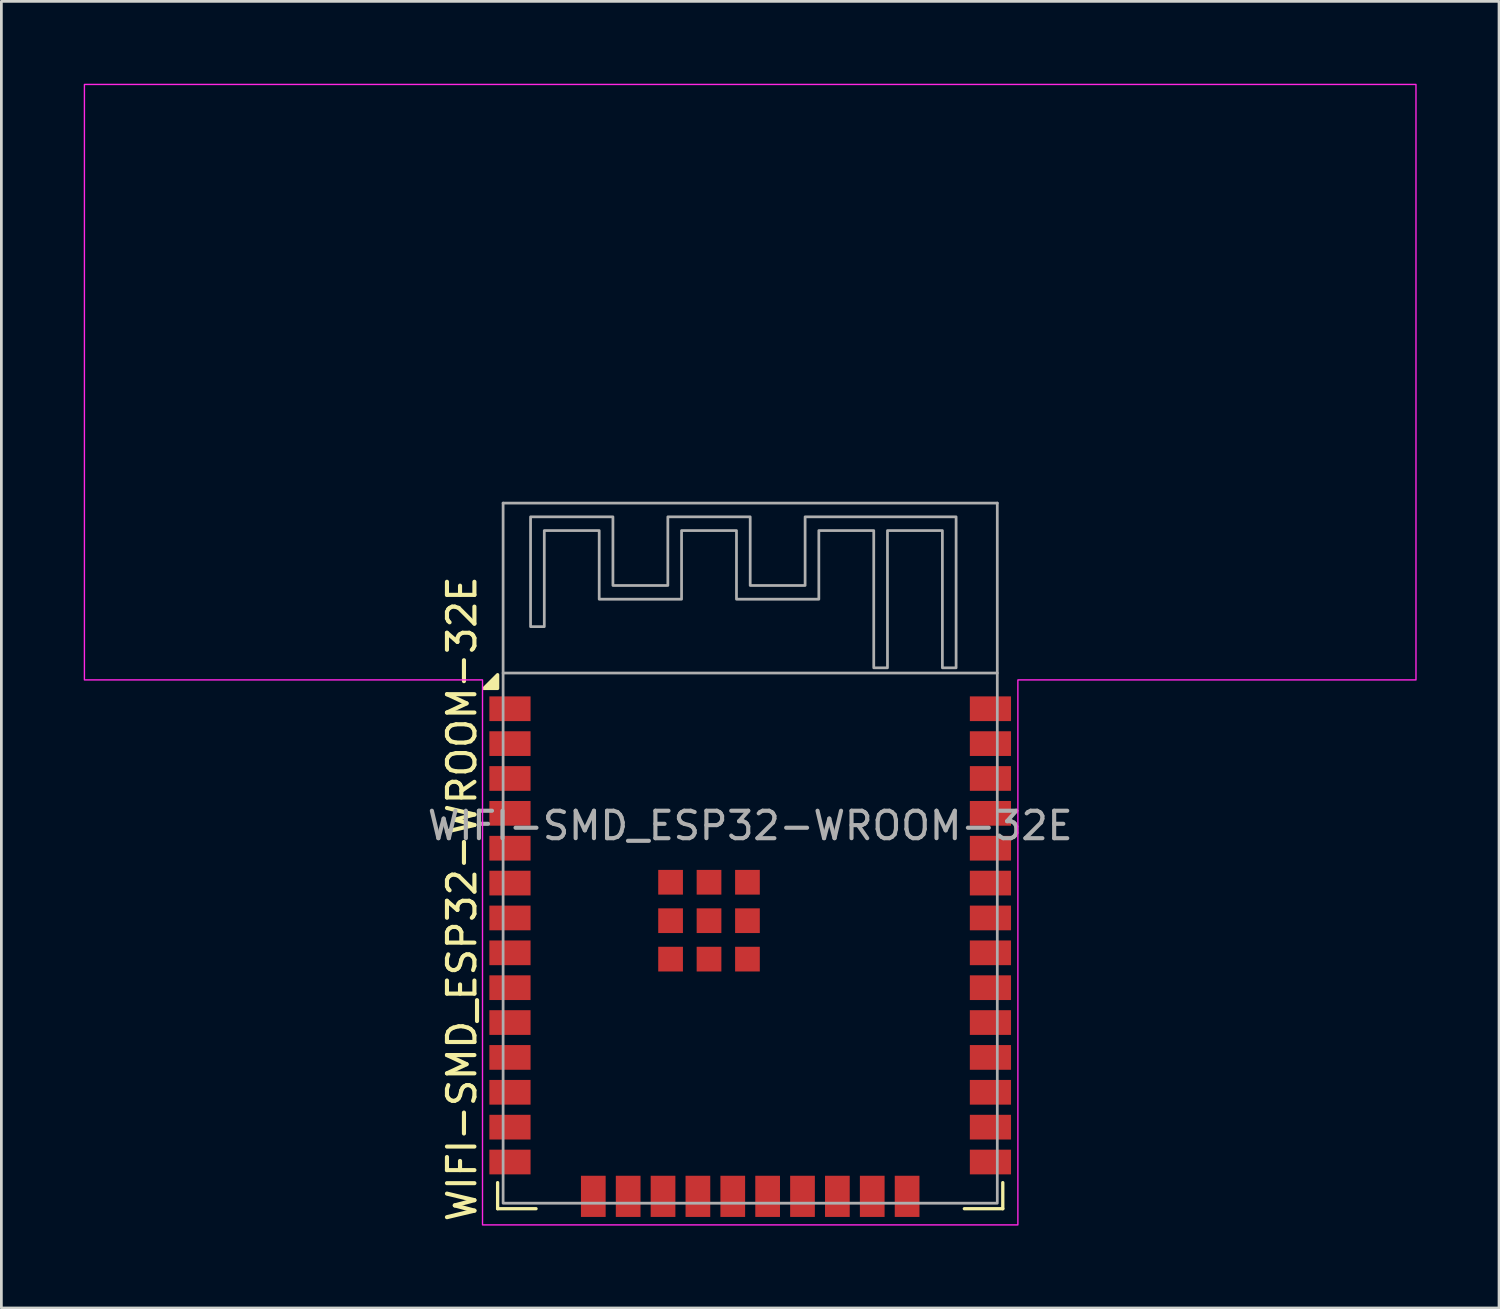
<source format=kicad_pcb>
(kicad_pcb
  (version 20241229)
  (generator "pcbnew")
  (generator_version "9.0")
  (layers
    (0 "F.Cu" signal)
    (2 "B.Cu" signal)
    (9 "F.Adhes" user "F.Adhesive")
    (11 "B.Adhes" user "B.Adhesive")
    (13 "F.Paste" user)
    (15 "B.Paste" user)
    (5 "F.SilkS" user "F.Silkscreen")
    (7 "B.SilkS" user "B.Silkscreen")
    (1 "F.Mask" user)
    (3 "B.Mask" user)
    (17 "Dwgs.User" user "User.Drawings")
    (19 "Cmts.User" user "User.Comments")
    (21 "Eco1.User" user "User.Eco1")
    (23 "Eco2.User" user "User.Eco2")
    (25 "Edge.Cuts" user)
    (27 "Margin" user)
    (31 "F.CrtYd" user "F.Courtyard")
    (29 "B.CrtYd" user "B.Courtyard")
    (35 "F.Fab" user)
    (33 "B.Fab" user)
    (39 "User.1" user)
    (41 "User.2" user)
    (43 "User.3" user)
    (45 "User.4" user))
  (footprint "WIFI-SMD_ESP32-WROOM-32E"
    (layer "F.Cu")
    (at 24.275 28.025)
    (property "Reference" "WIFI-SMD_ESP32-WROOM-32E" (at -10.5 13.5 90) (layer "F.SilkS") (effects (font (size 1 1) (thickness 0.15)) (justify left)))
    (attr smd)
    (fp_line (start -9.2 12.95) (end -9.2 12) (stroke (width 0.12) (type solid)) (layer "F.SilkS"))
    (fp_line (start -7.8 12.95) (end -9.2 12.95) (stroke (width 0.12) (type solid)) (layer "F.SilkS"))
    (fp_line (start 7.8 12.95) (end 9.2 12.95) (stroke (width 0.12) (type solid)) (layer "F.SilkS"))
    (fp_line (start 9.2 12.95) (end 9.2 12) (stroke (width 0.12) (type solid)) (layer "F.SilkS"))
    (fp_poly (pts (xy -9.2 -6) (xy -9.7 -6) (xy -9.2 -6.5) (xy -9.2 -6)) (stroke (width 0.12) (type solid)) (fill yes) (layer "F.SilkS"))
    (fp_poly (pts (xy -24.25 -28) (xy 24.25 -28) (xy 24.25 -6.31) (xy 9.75 -6.31) (xy 9.75 13.54) (xy -9.75 13.54) (xy -9.75 -6.31) (xy -24.25 -6.31)) (stroke (width 0.05) (type solid)) (fill no) (layer "F.CrtYd"))
    (fp_line (start -9 -12.75) (end 9 -12.75) (stroke (width 0.1) (type solid)) (layer "F.Fab"))
    (fp_line (start -9 -6.56) (end -9 -12.75) (stroke (width 0.1) (type solid)) (layer "F.Fab"))
    (fp_line (start 9 -12.75) (end 9 -6.56) (stroke (width 0.1) (type solid)) (layer "F.Fab"))
    (fp_rect (start -9 -6.56) (end 9 12.75) (stroke (width 0.1) (type solid)) (fill no) (layer "F.Fab"))
    (fp_poly (pts (xy -5 -9.75) (xy -3 -9.75) (xy -3 -12.25) (xy 0 -12.25) (xy 0 -9.75) (xy 2 -9.75) (xy 2 -12.25) (xy 7.5 -12.25) (xy 7.5 -6.75) (xy 7 -6.75) (xy 7 -11.75) (xy 5 -11.75) (xy 5 -6.75) (xy 4.5 -6.75) (xy 4.5 -11.75) (xy 2.5 -11.75) (xy 2.5 -9.25) (xy -0.5 -9.25) (xy -0.5 -11.75) (xy -2.5 -11.75) (xy -2.5 -9.25) (xy -5.5 -9.25) (xy -5.5 -11.75) (xy -7.5 -11.75) (xy -7.5 -8.25) (xy -8 -8.25) (xy -8 -12.25) (xy -5 -12.25)) (stroke (width 0.1) (type solid)) (fill no) (layer "F.Fab"))
    (fp_text user "${REFERENCE}" (at 0 -1 0) (layer "F.Fab") (effects (font (size 1 1) (thickness 0.15))))
    (pad "1" smd rect (at -8.75 -5.26) (size 1.5 0.9) (layers "F.Cu" "F.Mask" "F.Paste"))
    (pad "2" smd rect (at -8.75 -3.99) (size 1.5 0.9) (layers "F.Cu" "F.Mask" "F.Paste"))
    (pad "3" smd rect (at -8.75 -2.72) (size 1.5 0.9) (layers "F.Cu" "F.Mask" "F.Paste"))
    (pad "4" smd rect (at -8.75 -1.45) (size 1.5 0.9) (layers "F.Cu" "F.Mask" "F.Paste"))
    (pad "5" smd rect (at -8.75 -0.18) (size 1.5 0.9) (layers "F.Cu" "F.Mask" "F.Paste"))
    (pad "6" smd rect (at -8.75 1.09) (size 1.5 0.9) (layers "F.Cu" "F.Mask" "F.Paste"))
    (pad "7" smd rect (at -8.75 2.36) (size 1.5 0.9) (layers "F.Cu" "F.Mask" "F.Paste"))
    (pad "8" smd rect (at -8.75 3.63) (size 1.5 0.9) (layers "F.Cu" "F.Mask" "F.Paste"))
    (pad "9" smd rect (at -8.75 4.9) (size 1.5 0.9) (layers "F.Cu" "F.Mask" "F.Paste"))
    (pad "10" smd rect (at -8.75 6.17) (size 1.5 0.9) (layers "F.Cu" "F.Mask" "F.Paste"))
    (pad "11" smd rect (at -8.75 7.44) (size 1.5 0.9) (layers "F.Cu" "F.Mask" "F.Paste"))
    (pad "12" smd rect (at -8.75 8.71) (size 1.5 0.9) (layers "F.Cu" "F.Mask" "F.Paste"))
    (pad "13" smd rect (at -8.75 9.98) (size 1.5 0.9) (layers "F.Cu" "F.Mask" "F.Paste"))
    (pad "14" smd rect (at -8.75 11.25) (size 1.5 0.9) (layers "F.Cu" "F.Mask" "F.Paste"))
    (pad "15" smd rect (at -5.715 12.5 90) (size 1.5 0.9) (layers "F.Cu" "F.Mask" "F.Paste"))
    (pad "16" smd rect (at -4.445 12.5 90) (size 1.5 0.9) (layers "F.Cu" "F.Mask" "F.Paste"))
    (pad "17" smd rect (at -3.175 12.5 90) (size 1.5 0.9) (layers "F.Cu" "F.Mask" "F.Paste"))
    (pad "18" smd rect (at -1.905 12.5 90) (size 1.5 0.9) (layers "F.Cu" "F.Mask" "F.Paste"))
    (pad "19" smd rect (at -0.635 12.5 90) (size 1.5 0.9) (layers "F.Cu" "F.Mask" "F.Paste"))
    (pad "20" smd rect (at 0.635 12.5 90) (size 1.5 0.9) (layers "F.Cu" "F.Mask" "F.Paste"))
    (pad "21" smd rect (at 1.905 12.5 90) (size 1.5 0.9) (layers "F.Cu" "F.Mask" "F.Paste"))
    (pad "22" smd rect (at 3.175 12.5 90) (size 1.5 0.9) (layers "F.Cu" "F.Mask" "F.Paste"))
    (pad "23" smd rect (at 4.445 12.5 90) (size 1.5 0.9) (layers "F.Cu" "F.Mask" "F.Paste"))
    (pad "24" smd rect (at 5.715 12.5 90) (size 1.5 0.9) (layers "F.Cu" "F.Mask" "F.Paste"))
    (pad "25" smd rect (at 8.75 11.25) (size 1.5 0.9) (layers "F.Cu" "F.Mask" "F.Paste"))
    (pad "26" smd rect (at 8.75 9.98) (size 1.5 0.9) (layers "F.Cu" "F.Mask" "F.Paste"))
    (pad "27" smd rect (at 8.75 8.71) (size 1.5 0.9) (layers "F.Cu" "F.Mask" "F.Paste"))
    (pad "28" smd rect (at 8.75 7.44) (size 1.5 0.9) (layers "F.Cu" "F.Mask" "F.Paste"))
    (pad "29" smd rect (at 8.75 6.17) (size 1.5 0.9) (layers "F.Cu" "F.Mask" "F.Paste"))
    (pad "30" smd rect (at 8.75 4.9) (size 1.5 0.9) (layers "F.Cu" "F.Mask" "F.Paste"))
    (pad "31" smd rect (at 8.75 3.63) (size 1.5 0.9) (layers "F.Cu" "F.Mask" "F.Paste"))
    (pad "32" smd rect (at 8.75 2.36) (size 1.5 0.9) (layers "F.Cu" "F.Mask" "F.Paste"))
    (pad "33" smd rect (at 8.75 1.09) (size 1.5 0.9) (layers "F.Cu" "F.Mask" "F.Paste"))
    (pad "34" smd rect (at 8.75 -0.18) (size 1.5 0.9) (layers "F.Cu" "F.Mask" "F.Paste"))
    (pad "35" smd rect (at 8.75 -1.45) (size 1.5 0.9) (layers "F.Cu" "F.Mask" "F.Paste"))
    (pad "36" smd rect (at 8.75 -2.72) (size 1.5 0.9) (layers "F.Cu" "F.Mask" "F.Paste"))
    (pad "37" smd rect (at 8.75 -3.99) (size 1.5 0.9) (layers "F.Cu" "F.Mask" "F.Paste"))
    (pad "38" smd rect (at 8.75 -5.26) (size 1.5 0.9) (layers "F.Cu" "F.Mask" "F.Paste"))
    (pad "39" smd rect (at -2.9 1.06) (size 0.9 0.9) (layers "F.Cu" "F.Mask" "F.Paste"))
    (pad "39" smd rect (at -2.9 2.46) (size 0.9 0.9) (layers "F.Cu" "F.Mask" "F.Paste"))
    (pad "39" smd rect (at -2.9 3.86) (size 0.9 0.9) (layers "F.Cu" "F.Mask" "F.Paste"))
    (pad "39" smd rect (at -1.5 1.06) (size 0.9 0.9) (layers "F.Cu" "F.Mask" "F.Paste"))
    (pad "39" smd rect (at -1.5 2.46) (size 0.9 0.9) (layers "F.Cu" "F.Mask" "F.Paste"))
    (pad "39" smd rect (at -1.5 3.86) (size 0.9 0.9) (layers "F.Cu" "F.Mask" "F.Paste"))
    (pad "39" smd rect (at -0.1 1.06) (size 0.9 0.9) (layers "F.Cu" "F.Mask" "F.Paste"))
    (pad "39" smd rect (at -0.1 2.46) (size 0.9 0.9) (layers "F.Cu" "F.Mask" "F.Paste"))
    (pad "39" smd rect (at -0.1 3.86) (size 0.9 0.9) (layers "F.Cu" "F.Mask" "F.Paste"))
    (zone (net_name "") (layers "F.Cu" "B.Cu") (hatch full 0.5) (connect_pads) (min_thickness 0.25) (filled_areas_thickness no) (keepout (tracks not_allowed) (vias not_allowed) (pads not_allowed) (copperpour not_allowed) (footprints not_allowed)) (placement (enabled no)) (fill) (polygon (pts (xy 0.275 0.275) (xy 48.275 0.275) (xy 48.275 21.465) (xy 0.275 21.465)))))
  (gr_rect
    (start -3 -3)
    (end 51.55 44.59)
    (stroke (width 0.1) (type default))
    (fill no)
    (layer "Edge.Cuts")))
</source>
